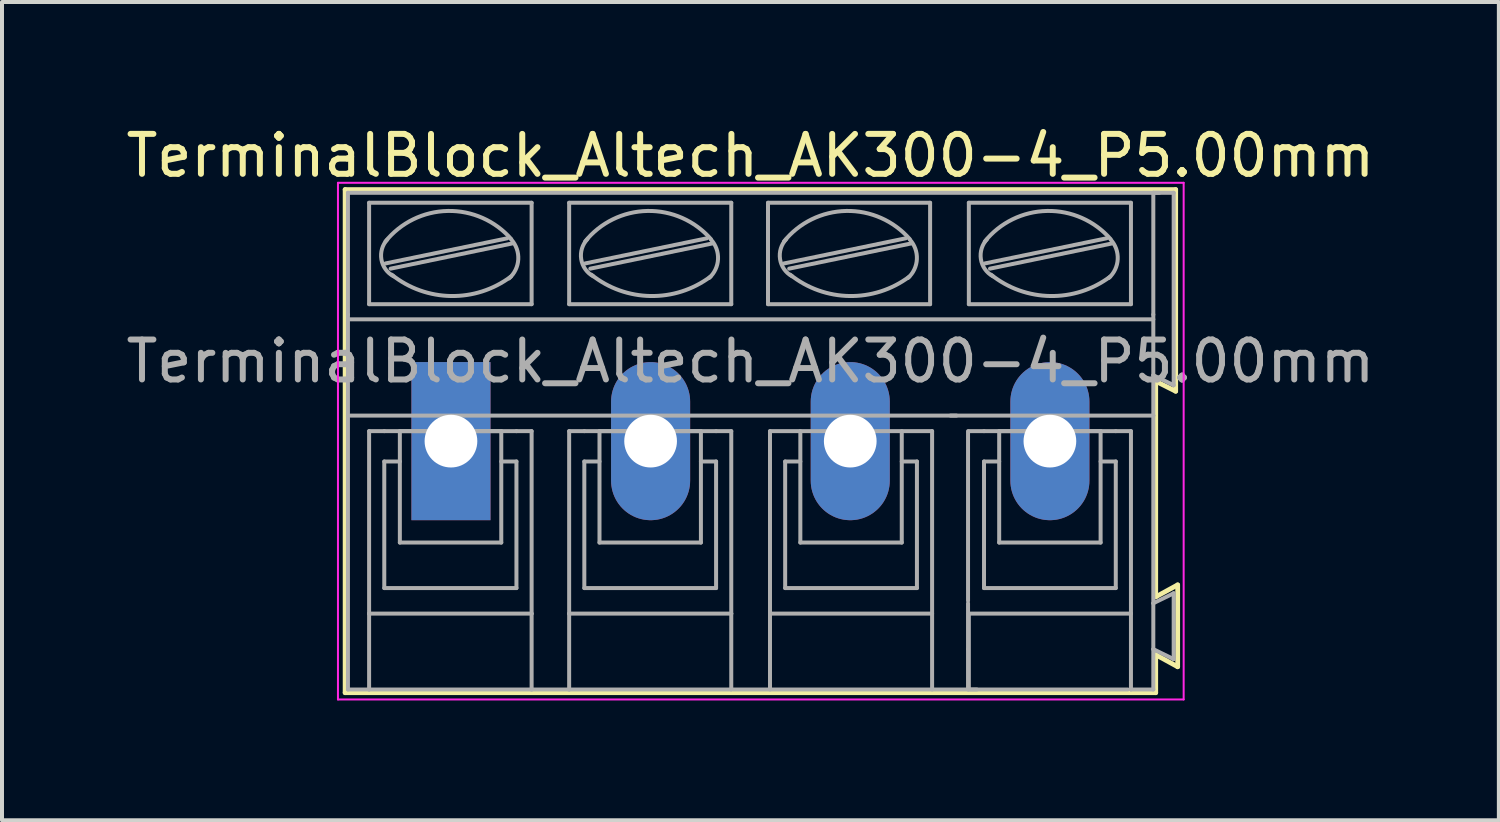
<source format=kicad_pcb>
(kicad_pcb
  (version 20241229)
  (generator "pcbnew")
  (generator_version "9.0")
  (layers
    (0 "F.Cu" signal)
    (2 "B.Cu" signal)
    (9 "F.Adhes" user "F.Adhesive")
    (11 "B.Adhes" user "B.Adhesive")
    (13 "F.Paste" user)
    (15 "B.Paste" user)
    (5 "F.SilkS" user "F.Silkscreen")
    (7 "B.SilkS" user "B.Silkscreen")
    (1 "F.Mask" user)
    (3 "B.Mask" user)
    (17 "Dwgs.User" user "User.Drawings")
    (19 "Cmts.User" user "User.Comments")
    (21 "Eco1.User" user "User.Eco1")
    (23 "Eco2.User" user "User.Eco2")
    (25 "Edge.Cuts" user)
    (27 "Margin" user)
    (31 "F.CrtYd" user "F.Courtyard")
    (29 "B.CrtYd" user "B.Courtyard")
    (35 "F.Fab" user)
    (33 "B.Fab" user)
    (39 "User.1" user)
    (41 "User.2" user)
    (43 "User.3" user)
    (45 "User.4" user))
  (footprint "TerminalBlock_Altech_AK300-4_P5.00mm"
    (layer "F.Cu")
    (at 8.244 7.998)
    (property "Reference" "TerminalBlock_Altech_AK300-4_P5.00mm" (at 7.5 -7.15 0) (layer "F.SilkS") (effects (font (size 1 1) (thickness 0.15))))
    (attr through_hole)
    (fp_line (start -2.65 -6.3) (end 18.15 -6.3) (stroke (width 0.12) (type solid)) (layer "F.SilkS"))
    (fp_line (start -2.65 6.3) (end -2.65 -6.3) (stroke (width 0.12) (type solid)) (layer "F.SilkS"))
    (fp_line (start 17.65 -1.5) (end 17.65 3.9) (stroke (width 0.12) (type solid)) (layer "F.SilkS"))
    (fp_line (start 17.65 3.9) (end 18.2 3.6) (stroke (width 0.12) (type solid)) (layer "F.SilkS"))
    (fp_line (start 17.65 5.35) (end 17.65 6.3) (stroke (width 0.12) (type solid)) (layer "F.SilkS"))
    (fp_line (start 17.65 6.3) (end -2.65 6.3) (stroke (width 0.12) (type solid)) (layer "F.SilkS"))
    (fp_line (start 18.15 -6.3) (end 18.15 -1.25) (stroke (width 0.12) (type solid)) (layer "F.SilkS"))
    (fp_line (start 18.15 -1.25) (end 17.65 -1.5) (stroke (width 0.12) (type solid)) (layer "F.SilkS"))
    (fp_line (start 18.2 3.6) (end 18.2 5.65) (stroke (width 0.12) (type solid)) (layer "F.SilkS"))
    (fp_line (start 18.2 5.65) (end 17.65 5.35) (stroke (width 0.12) (type solid)) (layer "F.SilkS"))
    (fp_line (start -2.83 -6.47) (end -2.83 6.47) (stroke (width 0.05) (type solid)) (layer "F.CrtYd"))
    (fp_line (start -2.83 -6.47) (end 18.35 -6.47) (stroke (width 0.05) (type solid)) (layer "F.CrtYd"))
    (fp_line (start 18.35 6.47) (end -2.83 6.47) (stroke (width 0.05) (type solid)) (layer "F.CrtYd"))
    (fp_line (start 18.35 6.47) (end 18.35 -6.47) (stroke (width 0.05) (type solid)) (layer "F.CrtYd"))
    (fp_line (start -2.58 -3.17) (end -2.58 -6.22) (stroke (width 0.1) (type solid)) (layer "F.Fab"))
    (fp_line (start -2.58 -0.64) (end -2.58 -3.17) (stroke (width 0.1) (type solid)) (layer "F.Fab"))
    (fp_line (start -2.58 6.22) (end -2.58 -0.64) (stroke (width 0.1) (type solid)) (layer "F.Fab"))
    (fp_line (start -2.58 6.22) (end -2.05 6.22) (stroke (width 0.1) (type solid)) (layer "F.Fab"))
    (fp_line (start -2.05 -3.43) (end -2.05 -5.97) (stroke (width 0.1) (type solid)) (layer "F.Fab"))
    (fp_line (start -2.05 -0.25) (end -2.05 4.32) (stroke (width 0.1) (type solid)) (layer "F.Fab"))
    (fp_line (start -2.05 -0.25) (end -1.67 -0.25) (stroke (width 0.1) (type solid)) (layer "F.Fab"))
    (fp_line (start -2.05 4.32) (end -2.05 6.22) (stroke (width 0.1) (type solid)) (layer "F.Fab"))
    (fp_line (start -2.05 6.22) (end 2.02 6.22) (stroke (width 0.1) (type solid)) (layer "F.Fab"))
    (fp_line (start -1.67 0.51) (end -1.28 0.51) (stroke (width 0.1) (type solid)) (layer "F.Fab"))
    (fp_line (start -1.67 3.68) (end -1.67 0.51) (stroke (width 0.1) (type solid)) (layer "F.Fab"))
    (fp_line (start -1.64 -4.45) (end 1.41 -5.08) (stroke (width 0.1) (type solid)) (layer "F.Fab"))
    (fp_line (start -1.51 -4.32) (end 1.53 -4.95) (stroke (width 0.1) (type solid)) (layer "F.Fab"))
    (fp_line (start -1.28 -0.25) (end 1.26 -0.25) (stroke (width 0.1) (type solid)) (layer "F.Fab"))
    (fp_line (start -1.28 2.54) (end -1.28 -0.25) (stroke (width 0.1) (type solid)) (layer "F.Fab"))
    (fp_line (start -1.28 2.54) (end 1.26 2.54) (stroke (width 0.1) (type solid)) (layer "F.Fab"))
    (fp_line (start 1.26 2.54) (end 1.26 -0.25) (stroke (width 0.1) (type solid)) (layer "F.Fab"))
    (fp_line (start 1.64 -0.25) (end -1.67 -0.25) (stroke (width 0.1) (type solid)) (layer "F.Fab"))
    (fp_line (start 1.64 0.51) (end 1.26 0.51) (stroke (width 0.1) (type solid)) (layer "F.Fab"))
    (fp_line (start 1.64 3.68) (end -1.67 3.68) (stroke (width 0.1) (type solid)) (layer "F.Fab"))
    (fp_line (start 1.64 3.68) (end 1.64 0.51) (stroke (width 0.1) (type solid)) (layer "F.Fab"))
    (fp_line (start 2.02 -5.97) (end -2.05 -5.97) (stroke (width 0.1) (type solid)) (layer "F.Fab"))
    (fp_line (start 2.02 -3.43) (end -2.05 -3.43) (stroke (width 0.1) (type solid)) (layer "F.Fab"))
    (fp_line (start 2.02 -3.43) (end 2.02 -5.97) (stroke (width 0.1) (type solid)) (layer "F.Fab"))
    (fp_line (start 2.02 -0.25) (end 1.64 -0.25) (stroke (width 0.1) (type solid)) (layer "F.Fab"))
    (fp_line (start 2.02 4.32) (end -2.05 4.32) (stroke (width 0.1) (type solid)) (layer "F.Fab"))
    (fp_line (start 2.02 4.32) (end 2.02 -0.25) (stroke (width 0.1) (type solid)) (layer "F.Fab"))
    (fp_line (start 2.02 6.22) (end 2.02 4.32) (stroke (width 0.1) (type solid)) (layer "F.Fab"))
    (fp_line (start 2.02 6.22) (end 2.96 6.22) (stroke (width 0.1) (type solid)) (layer "F.Fab"))
    (fp_line (start 2.96 -5.97) (end 7.02 -5.97) (stroke (width 0.1) (type solid)) (layer "F.Fab"))
    (fp_line (start 2.96 -3.43) (end 2.96 -5.97) (stroke (width 0.1) (type solid)) (layer "F.Fab"))
    (fp_line (start 2.96 -0.25) (end 3.34 -0.25) (stroke (width 0.1) (type solid)) (layer "F.Fab"))
    (fp_line (start 2.96 4.32) (end 2.96 -0.25) (stroke (width 0.1) (type solid)) (layer "F.Fab"))
    (fp_line (start 2.96 4.32) (end 7.02 4.32) (stroke (width 0.1) (type solid)) (layer "F.Fab"))
    (fp_line (start 2.96 6.22) (end 2.96 4.32) (stroke (width 0.1) (type solid)) (layer "F.Fab"))
    (fp_line (start 2.96 6.22) (end 7.02 6.22) (stroke (width 0.1) (type solid)) (layer "F.Fab"))
    (fp_line (start 3.34 -0.25) (end 6.64 -0.25) (stroke (width 0.1) (type solid)) (layer "F.Fab"))
    (fp_line (start 3.34 0.51) (end 3.72 0.51) (stroke (width 0.1) (type solid)) (layer "F.Fab"))
    (fp_line (start 3.34 3.68) (end 3.34 0.51) (stroke (width 0.1) (type solid)) (layer "F.Fab"))
    (fp_line (start 3.36 -4.45) (end 6.41 -5.08) (stroke (width 0.1) (type solid)) (layer "F.Fab"))
    (fp_line (start 3.49 -4.32) (end 6.54 -4.95) (stroke (width 0.1) (type solid)) (layer "F.Fab"))
    (fp_line (start 3.72 -0.25) (end 6.26 -0.25) (stroke (width 0.1) (type solid)) (layer "F.Fab"))
    (fp_line (start 3.72 2.54) (end 3.72 -0.25) (stroke (width 0.1) (type solid)) (layer "F.Fab"))
    (fp_line (start 3.72 2.54) (end 6.26 2.54) (stroke (width 0.1) (type solid)) (layer "F.Fab"))
    (fp_line (start 6.26 2.54) (end 6.26 -0.25) (stroke (width 0.1) (type solid)) (layer "F.Fab"))
    (fp_line (start 6.64 0.51) (end 6.26 0.51) (stroke (width 0.1) (type solid)) (layer "F.Fab"))
    (fp_line (start 6.64 3.68) (end 3.34 3.68) (stroke (width 0.1) (type solid)) (layer "F.Fab"))
    (fp_line (start 6.64 3.68) (end 6.64 0.51) (stroke (width 0.1) (type solid)) (layer "F.Fab"))
    (fp_line (start 7.02 -5.97) (end 7.02 -3.43) (stroke (width 0.1) (type solid)) (layer "F.Fab"))
    (fp_line (start 7.02 -3.43) (end 2.96 -3.43) (stroke (width 0.1) (type solid)) (layer "F.Fab"))
    (fp_line (start 7.02 -0.25) (end 6.64 -0.25) (stroke (width 0.1) (type solid)) (layer "F.Fab"))
    (fp_line (start 7.02 -0.25) (end 7.02 4.32) (stroke (width 0.1) (type solid)) (layer "F.Fab"))
    (fp_line (start 7.02 4.32) (end 7.02 6.22) (stroke (width 0.1) (type solid)) (layer "F.Fab"))
    (fp_line (start 7.94 -5.97) (end 12 -5.97) (stroke (width 0.1) (type solid)) (layer "F.Fab"))
    (fp_line (start 7.94 -3.43) (end 7.94 -5.97) (stroke (width 0.1) (type solid)) (layer "F.Fab"))
    (fp_line (start 7.99 -0.25) (end 12.05 -0.25) (stroke (width 0.1) (type solid)) (layer "F.Fab"))
    (fp_line (start 7.99 4.32) (end 12.05 4.32) (stroke (width 0.1) (type solid)) (layer "F.Fab"))
    (fp_line (start 7.99 6.22) (end 7.99 -0.25) (stroke (width 0.1) (type solid)) (layer "F.Fab"))
    (fp_line (start 8.34 -4.45) (end 11.39 -5.08) (stroke (width 0.1) (type solid)) (layer "F.Fab"))
    (fp_line (start 8.37 0.51) (end 8.37 3.68) (stroke (width 0.1) (type solid)) (layer "F.Fab"))
    (fp_line (start 8.37 0.51) (end 8.75 0.51) (stroke (width 0.1) (type solid)) (layer "F.Fab"))
    (fp_line (start 8.37 3.68) (end 11.67 3.68) (stroke (width 0.1) (type solid)) (layer "F.Fab"))
    (fp_line (start 8.47 -4.32) (end 11.52 -4.95) (stroke (width 0.1) (type solid)) (layer "F.Fab"))
    (fp_line (start 8.75 -0.25) (end 8.75 2.54) (stroke (width 0.1) (type solid)) (layer "F.Fab"))
    (fp_line (start 8.75 2.54) (end 11.29 2.54) (stroke (width 0.1) (type solid)) (layer "F.Fab"))
    (fp_line (start 11.29 2.54) (end 11.29 -0.25) (stroke (width 0.1) (type solid)) (layer "F.Fab"))
    (fp_line (start 11.67 0.51) (end 11.29 0.51) (stroke (width 0.1) (type solid)) (layer "F.Fab"))
    (fp_line (start 11.67 3.68) (end 11.67 0.51) (stroke (width 0.1) (type solid)) (layer "F.Fab"))
    (fp_line (start 12 -5.97) (end 12 -3.43) (stroke (width 0.1) (type solid)) (layer "F.Fab"))
    (fp_line (start 12 -3.43) (end 7.94 -3.43) (stroke (width 0.1) (type solid)) (layer "F.Fab"))
    (fp_line (start 12.05 6.22) (end 12.05 -0.25) (stroke (width 0.1) (type solid)) (layer "F.Fab"))
    (fp_line (start 12.51 -0.64) (end 17.59 -0.64) (stroke (width 0.1) (type solid)) (layer "F.Fab"))
    (fp_line (start 12.66 -0.64) (end -2.52 -0.64) (stroke (width 0.1) (type solid)) (layer "F.Fab"))
    (fp_line (start 12.95 4) (end 12.95 -0.25) (stroke (width 0.1) (type solid)) (layer "F.Fab"))
    (fp_line (start 12.95 4.06) (end 12.95 5.21) (stroke (width 0.1) (type solid)) (layer "F.Fab"))
    (fp_line (start 12.95 5.21) (end 12.95 6.22) (stroke (width 0.1) (type solid)) (layer "F.Fab"))
    (fp_line (start 12.97 -5.97) (end 17.03 -5.97) (stroke (width 0.1) (type solid)) (layer "F.Fab"))
    (fp_line (start 12.97 -3.43) (end 12.97 -5.97) (stroke (width 0.1) (type solid)) (layer "F.Fab"))
    (fp_line (start 12.97 -0.25) (end 13.35 -0.25) (stroke (width 0.1) (type solid)) (layer "F.Fab"))
    (fp_line (start 12.97 4.32) (end 17.03 4.32) (stroke (width 0.1) (type solid)) (layer "F.Fab"))
    (fp_line (start 12.97 6.22) (end 12.97 4.32) (stroke (width 0.1) (type solid)) (layer "F.Fab"))
    (fp_line (start 13.17 6.22) (end 7.07 6.22) (stroke (width 0.1) (type solid)) (layer "F.Fab"))
    (fp_line (start 13.35 -0.25) (end 16.65 -0.25) (stroke (width 0.1) (type solid)) (layer "F.Fab"))
    (fp_line (start 13.35 0.51) (end 13.73 0.51) (stroke (width 0.1) (type solid)) (layer "F.Fab"))
    (fp_line (start 13.35 3.68) (end 13.35 0.51) (stroke (width 0.1) (type solid)) (layer "F.Fab"))
    (fp_line (start 13.37 -4.45) (end 16.42 -5.08) (stroke (width 0.1) (type solid)) (layer "F.Fab"))
    (fp_line (start 13.5 -4.32) (end 16.55 -4.95) (stroke (width 0.1) (type solid)) (layer "F.Fab"))
    (fp_line (start 13.73 -0.25) (end 16.27 -0.25) (stroke (width 0.1) (type solid)) (layer "F.Fab"))
    (fp_line (start 13.73 2.54) (end 13.73 -0.25) (stroke (width 0.1) (type solid)) (layer "F.Fab"))
    (fp_line (start 13.73 2.54) (end 16.27 2.54) (stroke (width 0.1) (type solid)) (layer "F.Fab"))
    (fp_line (start 16.27 2.54) (end 16.27 -0.25) (stroke (width 0.1) (type solid)) (layer "F.Fab"))
    (fp_line (start 16.65 0.51) (end 16.27 0.51) (stroke (width 0.1) (type solid)) (layer "F.Fab"))
    (fp_line (start 16.65 3.68) (end 13.35 3.68) (stroke (width 0.1) (type solid)) (layer "F.Fab"))
    (fp_line (start 16.65 3.68) (end 16.65 0.51) (stroke (width 0.1) (type solid)) (layer "F.Fab"))
    (fp_line (start 16.95 6.22) (end 13.02 6.22) (stroke (width 0.1) (type solid)) (layer "F.Fab"))
    (fp_line (start 17.03 -5.97) (end 17.03 -3.43) (stroke (width 0.1) (type solid)) (layer "F.Fab"))
    (fp_line (start 17.03 -3.43) (end 12.97 -3.43) (stroke (width 0.1) (type solid)) (layer "F.Fab"))
    (fp_line (start 17.03 -0.25) (end 16.65 -0.25) (stroke (width 0.1) (type solid)) (layer "F.Fab"))
    (fp_line (start 17.03 -0.25) (end 17.03 4.32) (stroke (width 0.1) (type solid)) (layer "F.Fab"))
    (fp_line (start 17.03 4.32) (end 17.03 6.22) (stroke (width 0.1) (type solid)) (layer "F.Fab"))
    (fp_line (start 17.03 6.22) (end 17.59 6.22) (stroke (width 0.1) (type solid)) (layer "F.Fab"))
    (fp_line (start 17.59 -6.22) (end 17.59 -3.17) (stroke (width 0.1) (type solid)) (layer "F.Fab"))
    (fp_line (start 17.59 -6.22) (end 18.1 -6.22) (stroke (width 0.1) (type solid)) (layer "F.Fab"))
    (fp_line (start 17.59 -3.17) (end 17.59 -1.65) (stroke (width 0.1) (type solid)) (layer "F.Fab"))
    (fp_line (start 17.59 -3.05) (end -2.58 -3.05) (stroke (width 0.1) (type solid)) (layer "F.Fab"))
    (fp_line (start 17.59 -1.65) (end 17.59 -0.64) (stroke (width 0.1) (type solid)) (layer "F.Fab"))
    (fp_line (start 17.59 -0.64) (end 17.59 4.06) (stroke (width 0.1) (type solid)) (layer "F.Fab"))
    (fp_line (start 17.59 4.06) (end 17.59 5.21) (stroke (width 0.1) (type solid)) (layer "F.Fab"))
    (fp_line (start 17.59 5.21) (end 17.59 6.22) (stroke (width 0.1) (type solid)) (layer "F.Fab"))
    (fp_line (start 17.74 -6.22) (end -2.58 -6.22) (stroke (width 0.1) (type solid)) (layer "F.Fab"))
    (fp_line (start 18.1 -6.22) (end 18.1 -1.4) (stroke (width 0.1) (type solid)) (layer "F.Fab"))
    (fp_line (start 18.1 -1.4) (end 17.59 -1.65) (stroke (width 0.1) (type solid)) (layer "F.Fab"))
    (fp_line (start 18.1 3.81) (end 17.59 4.06) (stroke (width 0.1) (type solid)) (layer "F.Fab"))
    (fp_line (start 18.1 3.81) (end 18.1 5.46) (stroke (width 0.1) (type solid)) (layer "F.Fab"))
    (fp_line (start 18.1 5.46) (end 17.59 5.21) (stroke (width 0.1) (type solid)) (layer "F.Fab"))
    (fp_arc (start -1.64 -5) (mid -0.080263 -5.764867) (end 1.508239 -5.061686) (stroke (width 0.1) (type solid)) (layer "F.Fab"))
    (fp_arc (start -1.44 -4.13) (mid -1.742324 -4.551515) (end -1.595426 -5.049005) (stroke (width 0.1) (type solid)) (layer "F.Fab"))
    (fp_arc (start 1.5 -4.12) (mid 0.000583 -3.634318) (end -1.482333 -4.168263) (stroke (width 0.1) (type solid)) (layer "F.Fab"))
    (fp_arc (start 1.51 -5.05) (mid 1.685733 -4.551652) (end 1.455532 -4.076005) (stroke (width 0.1) (type solid)) (layer "F.Fab"))
    (fp_arc (start 3.36 -5) (mid 4.919737 -5.764867) (end 6.508239 -5.061686) (stroke (width 0.1) (type solid)) (layer "F.Fab"))
    (fp_arc (start 3.56 -4.13) (mid 3.261534 -4.559406) (end 3.417028 -5.058699) (stroke (width 0.1) (type solid)) (layer "F.Fab"))
    (fp_arc (start 6.5 -4.12) (mid 5.000583 -3.634318) (end 3.517667 -4.168263) (stroke (width 0.1) (type solid)) (layer "F.Fab"))
    (fp_arc (start 6.51 -5.05) (mid 6.688693 -4.558754) (end 6.465619 -4.086005) (stroke (width 0.1) (type solid)) (layer "F.Fab"))
    (fp_arc (start 8.34 -5) (mid 9.899737 -5.764867) (end 11.488239 -5.061686) (stroke (width 0.1) (type solid)) (layer "F.Fab"))
    (fp_arc (start 8.54 -4.13) (mid 8.241534 -4.559406) (end 8.397028 -5.058699) (stroke (width 0.1) (type solid)) (layer "F.Fab"))
    (fp_arc (start 11.48 -4.12) (mid 9.980583 -3.634318) (end 8.497667 -4.168263) (stroke (width 0.1) (type solid)) (layer "F.Fab"))
    (fp_arc (start 11.49 -5.05) (mid 11.668693 -4.558754) (end 11.445619 -4.086005) (stroke (width 0.1) (type solid)) (layer "F.Fab"))
    (fp_arc (start 13.37 -5) (mid 14.929737 -5.764867) (end 16.518239 -5.061686) (stroke (width 0.1) (type solid)) (layer "F.Fab"))
    (fp_arc (start 13.57 -4.13) (mid 13.271534 -4.559406) (end 13.427028 -5.058699) (stroke (width 0.1) (type solid)) (layer "F.Fab"))
    (fp_arc (start 16.51 -4.12) (mid 15.010583 -3.634318) (end 13.527667 -4.168263) (stroke (width 0.1) (type solid)) (layer "F.Fab"))
    (fp_arc (start 16.52 -5.05) (mid 16.698693 -4.558754) (end 16.475619 -4.086005) (stroke (width 0.1) (type solid)) (layer "F.Fab"))
    (fp_text user "${REFERENCE}" (at 7.5 -2 0) (layer "F.Fab") (effects (font (size 1 1) (thickness 0.15))))
    (pad "1" thru_hole rect (at 0 0) (size 1.98 3.96) (drill 1.32) (layers "*.Cu" "*.Mask"))
    (pad "2" thru_hole oval (at 5 0) (size 1.98 3.96) (drill 1.32) (layers "*.Cu" "*.Mask"))
    (pad "3" thru_hole oval (at 10 0) (size 1.98 3.96) (drill 1.32) (layers "*.Cu" "*.Mask"))
    (pad "4" thru_hole oval (at 15 0) (size 1.98 3.96) (drill 1.32) (layers "*.Cu" "*.Mask")))
  (gr_rect
    (start -3 -3)
    (end 34.488 17.493)
    (stroke (width 0.1) (type default))
    (fill no)
    (layer "Edge.Cuts")))
</source>
